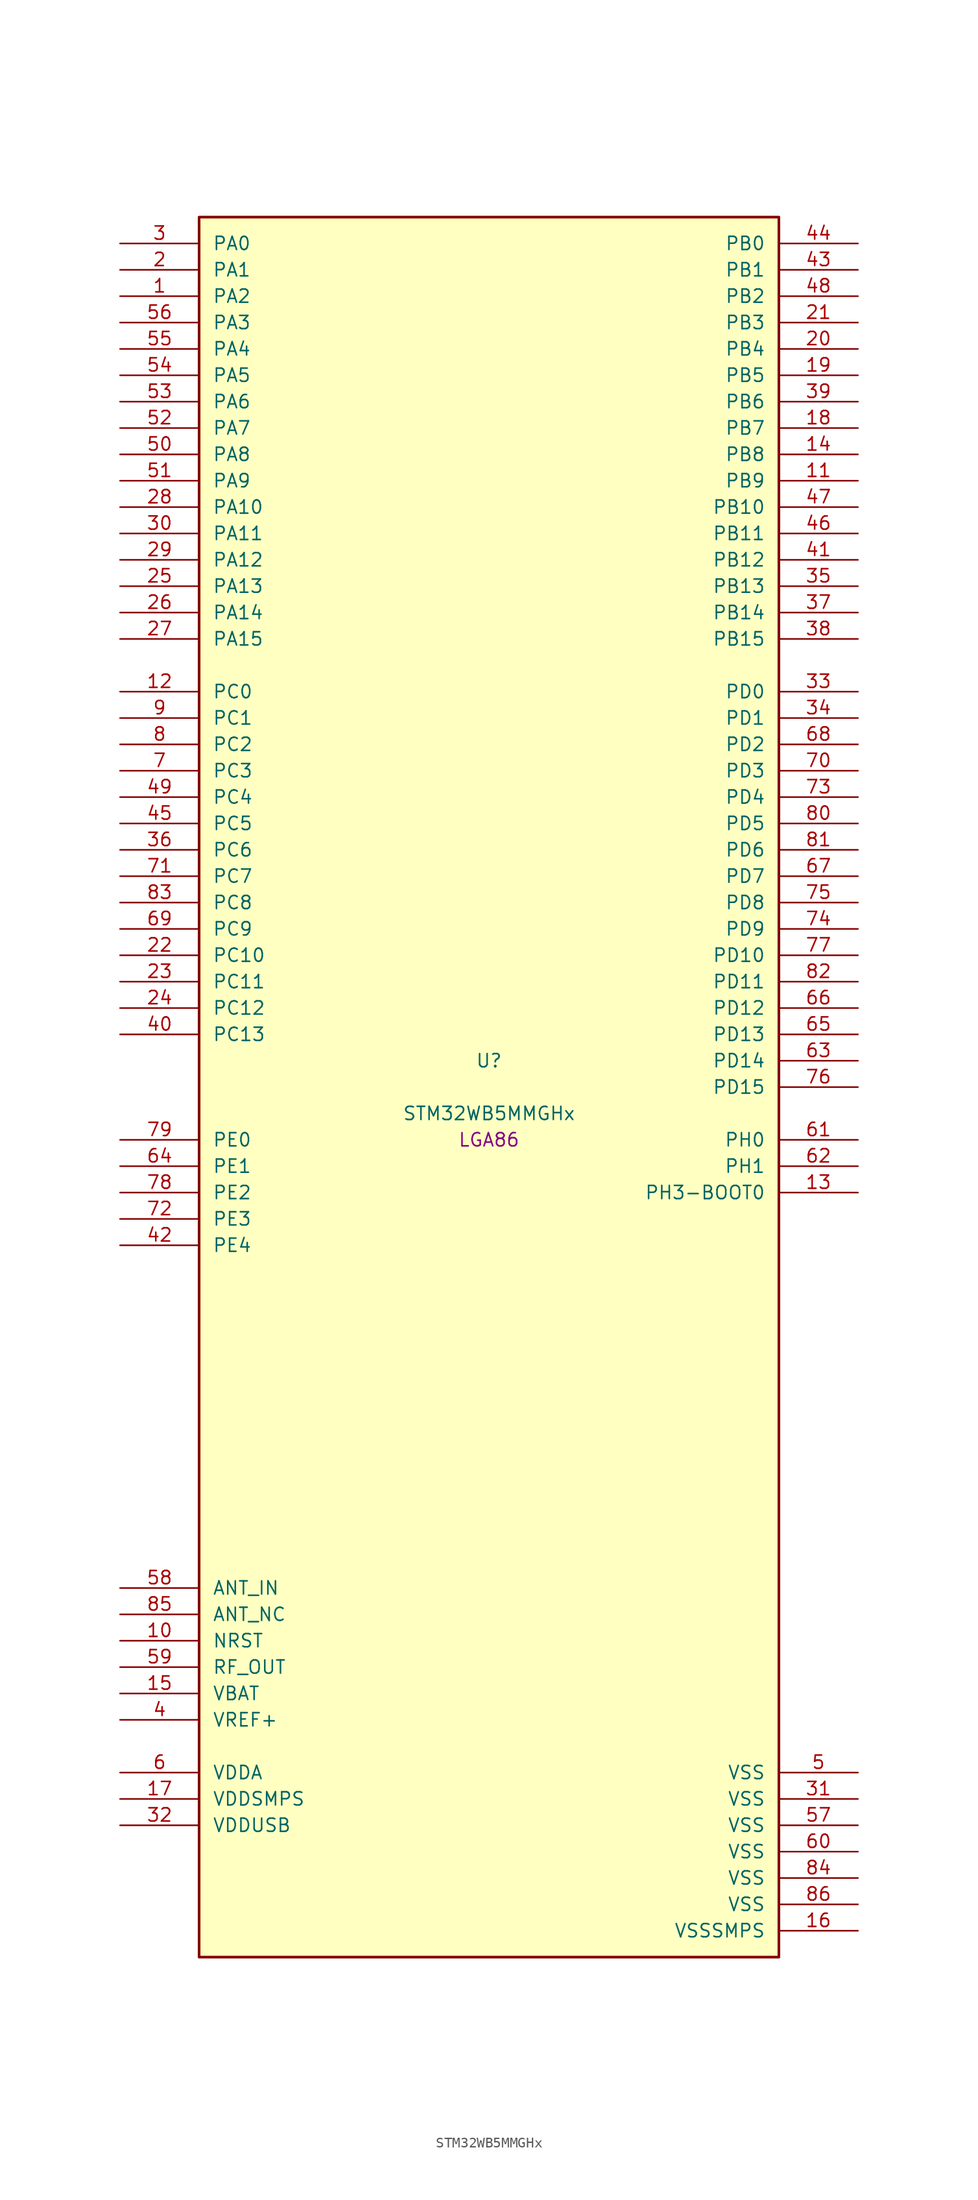
<source format=kicad_sym>
(kicad_symbol_lib
  (version 20241209)
  (generator "stm32_pkl_generator")
  (generator_version "1.0")
  (symbol "STM32WB5MMGHx"
    (pin_names
      (offset 1.27))
    (property "Reference" "U"
      (at 0 2.54 0))
    (property "Value" "STM32WB5MMGHx"
      (at 0 -2.54 0))
    (property "Footprint" "LGA86"
      (at 0 -5.08 0))
    (symbol "STM32WB5MMGHx_1_1"
      (rectangle (start -27.94 83.82) (end 27.94 -83.82) (stroke (width 0.254) (type solid)) (fill (type background)))
      (pin bidirectional line (at -35.56 81.28 0) (length 7.62) (name "PA0") (number "3") (alternate "PA0/ADC1_IN5" bidirectional line) (alternate "PA0/COMP1_INM" bidirectional line) (alternate "PA0/COMP1_OUT" bidirectional line) (alternate "PA0/RTC_TAMP2" bidirectional line) (alternate "PA0/SAI1_EXTCLK" bidirectional line) (alternate "PA0/SYS_WKUP1" bidirectional line) (alternate "PA0/TIM2_CH1" bidirectional line) (alternate "PA0/TIM2_ETR" bidirectional line))
      (pin bidirectional line (at -35.56 78.74 0) (length 7.62) (name "PA1") (number "2") (alternate "PA1/ADC1_IN6" bidirectional line) (alternate "PA1/COMP1_INP" bidirectional line) (alternate "PA1/I2C1_SMBA" bidirectional line) (alternate "PA1/LCD_SEG0" bidirectional line) (alternate "PA1/SPI1_SCK" bidirectional line) (alternate "PA1/TIM2_CH2" bidirectional line))
      (pin bidirectional line (at -35.56 76.2 0) (length 7.62) (name "PA2") (number "1") (alternate "PA2/ADC1_IN7" bidirectional line) (alternate "PA2/COMP2_INM" bidirectional line) (alternate "PA2/COMP2_OUT" bidirectional line) (alternate "PA2/LCD_SEG1" bidirectional line) (alternate "PA2/LPUART1_TX" bidirectional line) (alternate "PA2/QUADSPI_BK1_NCS" bidirectional line) (alternate "PA2/RCC_LSCO" bidirectional line) (alternate "PA2/SYS_WKUP4" bidirectional line) (alternate "PA2/TIM2_CH3" bidirectional line))
      (pin bidirectional line (at -35.56 73.66 0) (length 7.62) (name "PA3") (number "56") (alternate "PA3/ADC1_IN8" bidirectional line) (alternate "PA3/COMP2_INP" bidirectional line) (alternate "PA3/LCD_SEG2" bidirectional line) (alternate "PA3/LPUART1_RX" bidirectional line) (alternate "PA3/QUADSPI_CLK" bidirectional line) (alternate "PA3/SAI1_CK1" bidirectional line) (alternate "PA3/SAI1_MCLK_A" bidirectional line) (alternate "PA3/TIM2_CH4" bidirectional line))
      (pin bidirectional line (at -35.56 71.12 0) (length 7.62) (name "PA4") (number "55") (alternate "PA4/ADC1_IN9" bidirectional line) (alternate "PA4/COMP1_INM" bidirectional line) (alternate "PA4/COMP2_INM" bidirectional line) (alternate "PA4/LCD_SEG5" bidirectional line) (alternate "PA4/LPTIM2_OUT" bidirectional line) (alternate "PA4/SAI1_FS_B" bidirectional line) (alternate "PA4/SPI1_NSS" bidirectional line))
      (pin bidirectional line (at -35.56 68.58 0) (length 7.62) (name "PA5") (number "54") (alternate "PA5/ADC1_IN10" bidirectional line) (alternate "PA5/COMP1_INM" bidirectional line) (alternate "PA5/COMP2_INM" bidirectional line) (alternate "PA5/LPTIM2_ETR" bidirectional line) (alternate "PA5/SAI1_SD_B" bidirectional line) (alternate "PA5/SPI1_SCK" bidirectional line) (alternate "PA5/TIM2_CH1" bidirectional line) (alternate "PA5/TIM2_ETR" bidirectional line))
      (pin bidirectional line (at -35.56 66.04 0) (length 7.62) (name "PA6") (number "53") (alternate "PA6/ADC1_IN11" bidirectional line) (alternate "PA6/LCD_SEG3" bidirectional line) (alternate "PA6/LPUART1_CTS" bidirectional line) (alternate "PA6/QUADSPI_BK1_IO3" bidirectional line) (alternate "PA6/SPI1_MISO" bidirectional line) (alternate "PA6/TIM16_CH1" bidirectional line) (alternate "PA6/TIM1_BKIN" bidirectional line))
      (pin bidirectional line (at -35.56 63.5 0) (length 7.62) (name "PA7") (number "52") (alternate "PA7/ADC1_IN12" bidirectional line) (alternate "PA7/COMP2_OUT" bidirectional line) (alternate "PA7/I2C3_SCL" bidirectional line) (alternate "PA7/LCD_SEG4" bidirectional line) (alternate "PA7/QUADSPI_BK1_IO2" bidirectional line) (alternate "PA7/SPI1_MOSI" bidirectional line) (alternate "PA7/TIM17_CH1" bidirectional line) (alternate "PA7/TIM1_CH1N" bidirectional line))
      (pin bidirectional line (at -35.56 60.96 0) (length 7.62) (name "PA8") (number "50") (alternate "PA8/ADC1_IN15" bidirectional line) (alternate "PA8/LCD_COM0" bidirectional line) (alternate "PA8/LPTIM2_OUT" bidirectional line) (alternate "PA8/RCC_MCO" bidirectional line) (alternate "PA8/SAI1_CK2" bidirectional line) (alternate "PA8/SAI1_SCK_A" bidirectional line) (alternate "PA8/TIM1_CH1" bidirectional line) (alternate "PA8/USART1_CK" bidirectional line))
      (pin bidirectional line (at -35.56 58.42 0) (length 7.62) (name "PA9") (number "51") (alternate "PA9/ADC1_IN16" bidirectional line) (alternate "PA9/COMP1_INM" bidirectional line) (alternate "PA9/I2C1_SCL" bidirectional line) (alternate "PA9/LCD_COM1" bidirectional line) (alternate "PA9/SAI1_D2" bidirectional line) (alternate "PA9/SAI1_FS_A" bidirectional line) (alternate "PA9/SPI2_SCK" bidirectional line) (alternate "PA9/TIM1_CH2" bidirectional line) (alternate "PA9/USART1_TX" bidirectional line))
      (pin bidirectional line (at -35.56 55.88 0) (length 7.62) (name "PA10") (number "28") (alternate "PA10/CRS_SYNC" bidirectional line) (alternate "PA10/I2C1_SDA" bidirectional line) (alternate "PA10/LCD_COM2" bidirectional line) (alternate "PA10/SAI1_D1" bidirectional line) (alternate "PA10/SAI1_SD_A" bidirectional line) (alternate "PA10/TIM17_BKIN" bidirectional line) (alternate "PA10/TIM1_CH3" bidirectional line) (alternate "PA10/USART1_RX" bidirectional line))
      (pin bidirectional line (at -35.56 53.34 0) (length 7.62) (name "PA11") (number "30") (alternate "PA11/ADC1_EXTI11" bidirectional line) (alternate "PA11/SPI1_MISO" bidirectional line) (alternate "PA11/TIM1_BKIN2" bidirectional line) (alternate "PA11/TIM1_CH4" bidirectional line) (alternate "PA11/USART1_CTS" bidirectional line) (alternate "PA11/USART1_NSS" bidirectional line) (alternate "PA11/USB_DM" bidirectional line))
      (pin bidirectional line (at -35.56 50.8 0) (length 7.62) (name "PA12") (number "29") (alternate "PA12/LPUART1_RX" bidirectional line) (alternate "PA12/SPI1_MOSI" bidirectional line) (alternate "PA12/TIM1_ETR" bidirectional line) (alternate "PA12/USART1_DE" bidirectional line) (alternate "PA12/USART1_RTS" bidirectional line) (alternate "PA12/USB_DP" bidirectional line))
      (pin bidirectional line (at -35.56 48.26 0) (length 7.62) (name "PA13") (number "25") (alternate "PA13/IR_OUT" bidirectional line) (alternate "PA13/SAI1_SD_B" bidirectional line) (alternate "PA13/SYS_JTMS-SWDIO" bidirectional line) (alternate "PA13/USB_NOE" bidirectional line))
      (pin bidirectional line (at -35.56 45.72 0) (length 7.62) (name "PA14") (number "26") (alternate "PA14/I2C1_SMBA" bidirectional line) (alternate "PA14/LCD_SEG5" bidirectional line) (alternate "PA14/LPTIM1_OUT" bidirectional line) (alternate "PA14/SAI1_FS_B" bidirectional line) (alternate "PA14/SYS_JTCK-SWCLK" bidirectional line))
      (pin bidirectional line (at -35.56 43.18 0) (length 7.62) (name "PA15") (number "27") (alternate "PA15/ADC1_EXTI15" bidirectional line) (alternate "PA15/LCD_SEG17" bidirectional line) (alternate "PA15/SPI1_NSS" bidirectional line) (alternate "PA15/SYS_JTDI" bidirectional line) (alternate "PA15/TIM2_CH1" bidirectional line) (alternate "PA15/TIM2_ETR" bidirectional line) (alternate "PA15/TSC_G3_IO1" bidirectional line))
      (pin bidirectional line (at 35.56 81.28 180) (length 7.62) (name "PB0") (number "44") (alternate "PB0/COMP1_OUT" bidirectional line) (alternate "PB0/RF_TX_MOD_EXT_PA" bidirectional line))
      (pin bidirectional line (at 35.56 78.74 180) (length 7.62) (name "PB1") (number "43") (alternate "PB1/LPTIM2_IN1" bidirectional line) (alternate "PB1/LPUART1_DE" bidirectional line) (alternate "PB1/LPUART1_RTS" bidirectional line))
      (pin bidirectional line (at 35.56 76.2 180) (length 7.62) (name "PB2") (number "48") (alternate "PB2/COMP1_INP" bidirectional line) (alternate "PB2/I2C3_SMBA" bidirectional line) (alternate "PB2/LCD_VLCD" bidirectional line) (alternate "PB2/LPTIM1_OUT" bidirectional line) (alternate "PB2/RTC_OUT2" bidirectional line) (alternate "PB2/SAI1_EXTCLK" bidirectional line) (alternate "PB2/SPI1_NSS" bidirectional line))
      (pin bidirectional line (at 35.56 73.66 180) (length 7.62) (name "PB3") (number "21") (alternate "PB3/COMP2_INM" bidirectional line) (alternate "PB3/LCD_SEG7" bidirectional line) (alternate "PB3/SAI1_SCK_B" bidirectional line) (alternate "PB3/SPI1_SCK" bidirectional line) (alternate "PB3/SYS_JTDO-SWO" bidirectional line) (alternate "PB3/TIM2_CH2" bidirectional line) (alternate "PB3/USART1_DE" bidirectional line) (alternate "PB3/USART1_RTS" bidirectional line))
      (pin bidirectional line (at 35.56 71.12 180) (length 7.62) (name "PB4") (number "20") (alternate "PB4/COMP2_INP" bidirectional line) (alternate "PB4/I2C3_SDA" bidirectional line) (alternate "PB4/LCD_SEG8" bidirectional line) (alternate "PB4/SAI1_MCLK_B" bidirectional line) (alternate "PB4/SPI1_MISO" bidirectional line) (alternate "PB4/SYS_JTRST" bidirectional line) (alternate "PB4/TIM17_BKIN" bidirectional line) (alternate "PB4/TSC_G2_IO1" bidirectional line) (alternate "PB4/USART1_CTS" bidirectional line) (alternate "PB4/USART1_NSS" bidirectional line))
      (pin bidirectional line (at 35.56 68.58 180) (length 7.62) (name "PB5") (number "19") (alternate "PB5/COMP2_OUT" bidirectional line) (alternate "PB5/I2C1_SMBA" bidirectional line) (alternate "PB5/LCD_SEG9" bidirectional line) (alternate "PB5/LPTIM1_IN1" bidirectional line) (alternate "PB5/LPUART1_TX" bidirectional line) (alternate "PB5/SAI1_SD_B" bidirectional line) (alternate "PB5/SPI1_MOSI" bidirectional line) (alternate "PB5/TIM16_BKIN" bidirectional line) (alternate "PB5/TSC_G2_IO2" bidirectional line) (alternate "PB5/USART1_CK" bidirectional line))
      (pin bidirectional line (at 35.56 66.04 180) (length 7.62) (name "PB6") (number "39") (alternate "PB6/COMP2_INP" bidirectional line) (alternate "PB6/I2C1_SCL" bidirectional line) (alternate "PB6/LCD_SEG6" bidirectional line) (alternate "PB6/LPTIM1_ETR" bidirectional line) (alternate "PB6/RCC_MCO" bidirectional line) (alternate "PB6/SAI1_FS_B" bidirectional line) (alternate "PB6/TIM16_CH1N" bidirectional line) (alternate "PB6/TSC_G2_IO3" bidirectional line) (alternate "PB6/USART1_TX" bidirectional line))
      (pin bidirectional line (at 35.56 63.5 180) (length 7.62) (name "PB7") (number "18") (alternate "PB7/COMP2_INM" bidirectional line) (alternate "PB7/I2C1_SDA" bidirectional line) (alternate "PB7/LCD_SEG21" bidirectional line) (alternate "PB7/LPTIM1_IN2" bidirectional line) (alternate "PB7/SYS_PVD_IN" bidirectional line) (alternate "PB7/TIM17_CH1N" bidirectional line) (alternate "PB7/TIM1_BKIN" bidirectional line) (alternate "PB7/TSC_G2_IO4" bidirectional line) (alternate "PB7/USART1_RX" bidirectional line))
      (pin bidirectional line (at 35.56 60.96 180) (length 7.62) (name "PB8") (number "14") (alternate "PB8/I2C1_SCL" bidirectional line) (alternate "PB8/LCD_SEG16" bidirectional line) (alternate "PB8/QUADSPI_BK1_IO1" bidirectional line) (alternate "PB8/SAI1_CK1" bidirectional line) (alternate "PB8/SAI1_MCLK_A" bidirectional line) (alternate "PB8/TIM16_CH1" bidirectional line) (alternate "PB8/TIM1_CH2N" bidirectional line))
      (pin bidirectional line (at 35.56 58.42 180) (length 7.62) (name "PB9") (number "11") (alternate "PB9/I2C1_SDA" bidirectional line) (alternate "PB9/IR_OUT" bidirectional line) (alternate "PB9/LCD_COM3" bidirectional line) (alternate "PB9/QUADSPI_BK1_IO0" bidirectional line) (alternate "PB9/SAI1_D2" bidirectional line) (alternate "PB9/SAI1_FS_A" bidirectional line) (alternate "PB9/SPI2_NSS" bidirectional line) (alternate "PB9/TIM17_CH1" bidirectional line) (alternate "PB9/TIM1_CH3N" bidirectional line) (alternate "PB9/TSC_G7_IO4" bidirectional line))
      (pin bidirectional line (at 35.56 55.88 180) (length 7.62) (name "PB10") (number "47") (alternate "PB10/COMP1_OUT" bidirectional line) (alternate "PB10/I2C3_SCL" bidirectional line) (alternate "PB10/LCD_SEG10" bidirectional line) (alternate "PB10/LPUART1_RX" bidirectional line) (alternate "PB10/QUADSPI_CLK" bidirectional line) (alternate "PB10/SAI1_SCK_A" bidirectional line) (alternate "PB10/SPI2_SCK" bidirectional line) (alternate "PB10/TIM2_CH3" bidirectional line) (alternate "PB10/TSC_SYNC" bidirectional line))
      (pin bidirectional line (at 35.56 53.34 180) (length 7.62) (name "PB11") (number "46") (alternate "PB11/ADC1_EXTI11" bidirectional line) (alternate "PB11/COMP2_OUT" bidirectional line) (alternate "PB11/I2C3_SDA" bidirectional line) (alternate "PB11/LCD_SEG11" bidirectional line) (alternate "PB11/LPUART1_TX" bidirectional line) (alternate "PB11/QUADSPI_BK1_NCS" bidirectional line) (alternate "PB11/TIM2_CH4" bidirectional line))
      (pin bidirectional line (at 35.56 50.8 180) (length 7.62) (name "PB12") (number "41") (alternate "PB12/I2C3_SMBA" bidirectional line) (alternate "PB12/LCD_SEG12" bidirectional line) (alternate "PB12/LPUART1_DE" bidirectional line) (alternate "PB12/LPUART1_RTS" bidirectional line) (alternate "PB12/SAI1_FS_A" bidirectional line) (alternate "PB12/SPI2_NSS" bidirectional line) (alternate "PB12/TIM1_BKIN" bidirectional line) (alternate "PB12/TSC_G1_IO1" bidirectional line))
      (pin bidirectional line (at 35.56 48.26 180) (length 7.62) (name "PB13") (number "35") (alternate "PB13/I2C3_SCL" bidirectional line) (alternate "PB13/LCD_SEG13" bidirectional line) (alternate "PB13/LPUART1_CTS" bidirectional line) (alternate "PB13/SAI1_SCK_A" bidirectional line) (alternate "PB13/SPI2_SCK" bidirectional line) (alternate "PB13/TIM1_CH1N" bidirectional line) (alternate "PB13/TSC_G1_IO2" bidirectional line))
      (pin bidirectional line (at 35.56 45.72 180) (length 7.62) (name "PB14") (number "37") (alternate "PB14/I2C3_SDA" bidirectional line) (alternate "PB14/LCD_SEG14" bidirectional line) (alternate "PB14/SAI1_MCLK_A" bidirectional line) (alternate "PB14/SPI2_MISO" bidirectional line) (alternate "PB14/TIM1_CH2N" bidirectional line) (alternate "PB14/TSC_G1_IO3" bidirectional line))
      (pin bidirectional line (at 35.56 43.18 180) (length 7.62) (name "PB15") (number "38") (alternate "PB15/ADC1_EXTI15" bidirectional line) (alternate "PB15/LCD_SEG15" bidirectional line) (alternate "PB15/RTC_REFIN" bidirectional line) (alternate "PB15/SAI1_SD_A" bidirectional line) (alternate "PB15/SPI2_MOSI" bidirectional line) (alternate "PB15/TIM1_CH3N" bidirectional line) (alternate "PB15/TSC_G1_IO4" bidirectional line))
      (pin bidirectional line (at -35.56 38.1 0) (length 7.62) (name "PC0") (number "12") (alternate "PC0/ADC1_IN1" bidirectional line) (alternate "PC0/I2C3_SCL" bidirectional line) (alternate "PC0/LCD_SEG18" bidirectional line) (alternate "PC0/LPTIM1_IN1" bidirectional line) (alternate "PC0/LPTIM2_IN1" bidirectional line) (alternate "PC0/LPUART1_RX" bidirectional line))
      (pin bidirectional line (at -35.56 35.56 0) (length 7.62) (name "PC1") (number "9") (alternate "PC1/ADC1_IN2" bidirectional line) (alternate "PC1/I2C3_SDA" bidirectional line) (alternate "PC1/LCD_SEG19" bidirectional line) (alternate "PC1/LPTIM1_OUT" bidirectional line) (alternate "PC1/LPUART1_TX" bidirectional line) (alternate "PC1/SPI2_MOSI" bidirectional line))
      (pin bidirectional line (at -35.56 33.02 0) (length 7.62) (name "PC2") (number "8") (alternate "PC2/ADC1_IN3" bidirectional line) (alternate "PC2/LCD_SEG20" bidirectional line) (alternate "PC2/LPTIM1_IN2" bidirectional line) (alternate "PC2/SPI2_MISO" bidirectional line))
      (pin bidirectional line (at -35.56 30.48 0) (length 7.62) (name "PC3") (number "7") (alternate "PC3/ADC1_IN4" bidirectional line) (alternate "PC3/LCD_VLCD" bidirectional line) (alternate "PC3/LPTIM1_ETR" bidirectional line) (alternate "PC3/LPTIM2_ETR" bidirectional line) (alternate "PC3/SAI1_D1" bidirectional line) (alternate "PC3/SAI1_SD_A" bidirectional line) (alternate "PC3/SPI2_MOSI" bidirectional line))
      (pin bidirectional line (at -35.56 27.94 0) (length 7.62) (name "PC4") (number "49") (alternate "PC4/ADC1_IN13" bidirectional line) (alternate "PC4/COMP1_INM" bidirectional line) (alternate "PC4/LCD_SEG22" bidirectional line))
      (pin bidirectional line (at -35.56 25.4 0) (length 7.62) (name "PC5") (number "45") (alternate "PC5/ADC1_IN14" bidirectional line) (alternate "PC5/COMP1_INP" bidirectional line) (alternate "PC5/LCD_SEG23" bidirectional line) (alternate "PC5/SAI1_D3" bidirectional line) (alternate "PC5/SYS_WKUP5" bidirectional line))
      (pin bidirectional line (at -35.56 22.86 0) (length 7.62) (name "PC6") (number "36") (alternate "PC6/LCD_SEG24" bidirectional line) (alternate "PC6/TSC_G4_IO1" bidirectional line))
      (pin bidirectional line (at -35.56 20.32 0) (length 7.62) (name "PC7") (number "71") (alternate "PC7/LCD_SEG25" bidirectional line) (alternate "PC7/TSC_G4_IO2" bidirectional line))
      (pin bidirectional line (at -35.56 17.78 0) (length 7.62) (name "PC8") (number "83") (alternate "PC8/LCD_SEG26" bidirectional line) (alternate "PC8/TSC_G4_IO3" bidirectional line))
      (pin bidirectional line (at -35.56 15.24 0) (length 7.62) (name "PC9") (number "69") (alternate "PC9/LCD_SEG27" bidirectional line) (alternate "PC9/SAI1_SCK_B" bidirectional line) (alternate "PC9/TIM1_BKIN" bidirectional line) (alternate "PC9/TSC_G4_IO4" bidirectional line) (alternate "PC9/USB_NOE" bidirectional line))
      (pin bidirectional line (at -35.56 12.7 0) (length 7.62) (name "PC10") (number "22") (alternate "PC10/LCD_COM4" bidirectional line) (alternate "PC10/LCD_SEG28" bidirectional line) (alternate "PC10/LCD_SEG40" bidirectional line) (alternate "PC10/SYS_TRACED1" bidirectional line) (alternate "PC10/TSC_G3_IO2" bidirectional line))
      (pin bidirectional line (at -35.56 10.16 0) (length 7.62) (name "PC11") (number "23") (alternate "PC11/ADC1_EXTI11" bidirectional line) (alternate "PC11/LCD_COM5" bidirectional line) (alternate "PC11/LCD_SEG29" bidirectional line) (alternate "PC11/LCD_SEG41" bidirectional line) (alternate "PC11/TSC_G3_IO3" bidirectional line))
      (pin bidirectional line (at -35.56 7.62 0) (length 7.62) (name "PC12") (number "24") (alternate "PC12/LCD_COM6" bidirectional line) (alternate "PC12/LCD_SEG30" bidirectional line) (alternate "PC12/LCD_SEG42" bidirectional line) (alternate "PC12/RTC_TAMP3" bidirectional line) (alternate "PC12/SYS_TRACED3" bidirectional line) (alternate "PC12/SYS_WKUP3" bidirectional line) (alternate "PC12/TSC_G3_IO4" bidirectional line))
      (pin bidirectional line (at -35.56 5.08 0) (length 7.62) (name "PC13") (number "40") (alternate "PC13/RTC_OUT1" bidirectional line) (alternate "PC13/RTC_TAMP1" bidirectional line) (alternate "PC13/RTC_TS" bidirectional line) (alternate "PC13/SYS_WKUP2" bidirectional line))
      (pin bidirectional line (at 35.56 38.1 180) (length 7.62) (name "PD0") (number "33") (alternate "PD0/SPI2_NSS" bidirectional line))
      (pin bidirectional line (at 35.56 35.56 180) (length 7.62) (name "PD1") (number "34") (alternate "PD1/SPI2_SCK" bidirectional line))
      (pin bidirectional line (at 35.56 33.02 180) (length 7.62) (name "PD2") (number "68") (alternate "PD2/LCD_COM7" bidirectional line) (alternate "PD2/LCD_SEG31" bidirectional line) (alternate "PD2/LCD_SEG43" bidirectional line) (alternate "PD2/SYS_TRACED2" bidirectional line) (alternate "PD2/TSC_SYNC" bidirectional line))
      (pin bidirectional line (at 35.56 30.48 180) (length 7.62) (name "PD3") (number "70") (alternate "PD3/QUADSPI_BK1_NCS" bidirectional line) (alternate "PD3/SPI2_MISO" bidirectional line) (alternate "PD3/SPI2_SCK" bidirectional line))
      (pin bidirectional line (at 35.56 27.94 180) (length 7.62) (name "PD4") (number "73") (alternate "PD4/QUADSPI_BK1_IO0" bidirectional line) (alternate "PD4/SPI2_MOSI" bidirectional line) (alternate "PD4/TSC_G5_IO1" bidirectional line))
      (pin bidirectional line (at 35.56 25.4 180) (length 7.62) (name "PD5") (number "80") (alternate "PD5/QUADSPI_BK1_IO1" bidirectional line) (alternate "PD5/SAI1_MCLK_B" bidirectional line) (alternate "PD5/TSC_G5_IO2" bidirectional line))
      (pin bidirectional line (at 35.56 22.86 180) (length 7.62) (name "PD6") (number "81") (alternate "PD6/QUADSPI_BK1_IO2" bidirectional line) (alternate "PD6/SAI1_D1" bidirectional line) (alternate "PD6/SAI1_SD_A" bidirectional line) (alternate "PD6/TSC_G5_IO3" bidirectional line))
      (pin bidirectional line (at 35.56 20.32 180) (length 7.62) (name "PD7") (number "67") (alternate "PD7/LCD_SEG39" bidirectional line) (alternate "PD7/QUADSPI_BK1_IO3" bidirectional line) (alternate "PD7/TSC_G5_IO4" bidirectional line))
      (pin bidirectional line (at 35.56 17.78 180) (length 7.62) (name "PD8") (number "75") (alternate "PD8/LCD_SEG28" bidirectional line) (alternate "PD8/TIM1_BKIN2" bidirectional line))
      (pin bidirectional line (at 35.56 15.24 180) (length 7.62) (name "PD9") (number "74") (alternate "PD9/LCD_SEG29" bidirectional line) (alternate "PD9/SYS_TRACED0" bidirectional line))
      (pin bidirectional line (at 35.56 12.7 180) (length 7.62) (name "PD10") (number "77") (alternate "PD10/LCD_SEG30" bidirectional line) (alternate "PD10/SYS_TRIG_INOUT" bidirectional line) (alternate "PD10/TSC_G6_IO1" bidirectional line))
      (pin bidirectional line (at 35.56 10.16 180) (length 7.62) (name "PD11") (number "82") (alternate "PD11/ADC1_EXTI11" bidirectional line) (alternate "PD11/LCD_SEG31" bidirectional line) (alternate "PD11/LPTIM2_ETR" bidirectional line) (alternate "PD11/TSC_G6_IO2" bidirectional line))
      (pin bidirectional line (at 35.56 7.62 180) (length 7.62) (name "PD12") (number "66") (alternate "PD12/LCD_SEG32" bidirectional line) (alternate "PD12/LPTIM2_IN1" bidirectional line) (alternate "PD12/TSC_G6_IO3" bidirectional line))
      (pin bidirectional line (at 35.56 5.08 180) (length 7.62) (name "PD13") (number "65") (alternate "PD13/LCD_SEG33" bidirectional line) (alternate "PD13/LPTIM2_OUT" bidirectional line) (alternate "PD13/TSC_G6_IO4" bidirectional line))
      (pin bidirectional line (at 35.56 2.54 180) (length 7.62) (name "PD14") (number "63") (alternate "PD14/LCD_SEG34" bidirectional line) (alternate "PD14/TIM1_CH1" bidirectional line))
      (pin bidirectional line (at 35.56 0 180) (length 7.62) (name "PD15") (number "76") (alternate "PD15/ADC1_EXTI15" bidirectional line) (alternate "PD15/LCD_SEG35" bidirectional line) (alternate "PD15/TIM1_CH2" bidirectional line))
      (pin bidirectional line (at -35.56 -5.08 0) (length 7.62) (name "PE0") (number "79") (alternate "PE0/LCD_SEG36" bidirectional line) (alternate "PE0/TIM16_CH1" bidirectional line) (alternate "PE0/TIM1_ETR" bidirectional line) (alternate "PE0/TSC_G7_IO3" bidirectional line))
      (pin bidirectional line (at -35.56 -7.62 0) (length 7.62) (name "PE1") (number "64") (alternate "PE1/LCD_SEG37" bidirectional line) (alternate "PE1/TIM17_CH1" bidirectional line) (alternate "PE1/TSC_G7_IO2" bidirectional line))
      (pin bidirectional line (at -35.56 -10.16 0) (length 7.62) (name "PE2") (number "78") (alternate "PE2/LCD_SEG38" bidirectional line) (alternate "PE2/SAI1_CK1" bidirectional line) (alternate "PE2/SAI1_MCLK_A" bidirectional line) (alternate "PE2/SYS_TRACECLK" bidirectional line) (alternate "PE2/TSC_G7_IO1" bidirectional line))
      (pin bidirectional line (at -35.56 -12.7 0) (length 7.62) (name "PE3") (number "72"))
      (pin bidirectional line (at -35.56 -15.24 0) (length 7.62) (name "PE4") (number "42"))
      (pin bidirectional line (at 35.56 -5.08 180) (length 7.62) (name "PH0") (number "61"))
      (pin bidirectional line (at 35.56 -7.62 180) (length 7.62) (name "PH1") (number "62"))
      (pin bidirectional line (at 35.56 -10.16 180) (length 7.62) (name "PH3-BOOT0") (number "13") (alternate "PH3-BOOT0/RCC_LSCO" bidirectional line))
      (pin bidirectional line (at -35.56 -48.26 0) (length 7.62) (name "ANT_IN") (number "58"))
      (pin bidirectional line (at -35.56 -50.8 0) (length 7.62) (name "ANT_NC") (number "85"))
      (pin input line (at -35.56 -53.34 0) (length 7.62) (name "NRST") (number "10"))
      (pin bidirectional line (at -35.56 -55.88 0) (length 7.62) (name "RF_OUT") (number "59"))
      (pin power_in line (at -35.56 -58.42 0) (length 7.62) (name "VBAT") (number "15"))
      (pin bidirectional line (at -35.56 -60.96 0) (length 7.62) (name "VREF+") (number "4") (alternate "VREF+/VREFBUF_OUT" bidirectional line))
      (pin power_in line (at -35.56 -66.04 0) (length 7.62) (name "VDDA") (number "6"))
      (pin power_in line (at -35.56 -68.58 0) (length 7.62) (name "VDDSMPS") (number "17"))
      (pin power_in line (at -35.56 -71.12 0) (length 7.62) (name "VDDUSB") (number "32"))
      (pin power_in line (at 35.56 -66.04 180) (length 7.62) (name "VSS") (number "5"))
      (pin power_in line (at 35.56 -68.58 180) (length 7.62) (name "VSS") (number "31"))
      (pin power_in line (at 35.56 -71.12 180) (length 7.62) (name "VSS") (number "57"))
      (pin power_in line (at 35.56 -73.66 180) (length 7.62) (name "VSS") (number "60"))
      (pin power_in line (at 35.56 -76.2 180) (length 7.62) (name "VSS") (number "84"))
      (pin power_in line (at 35.56 -78.74 180) (length 7.62) (name "VSS") (number "86"))
      (pin power_in line (at 35.56 -81.28 180) (length 7.62) (name "VSSSMPS") (number "16")))))
</source>
